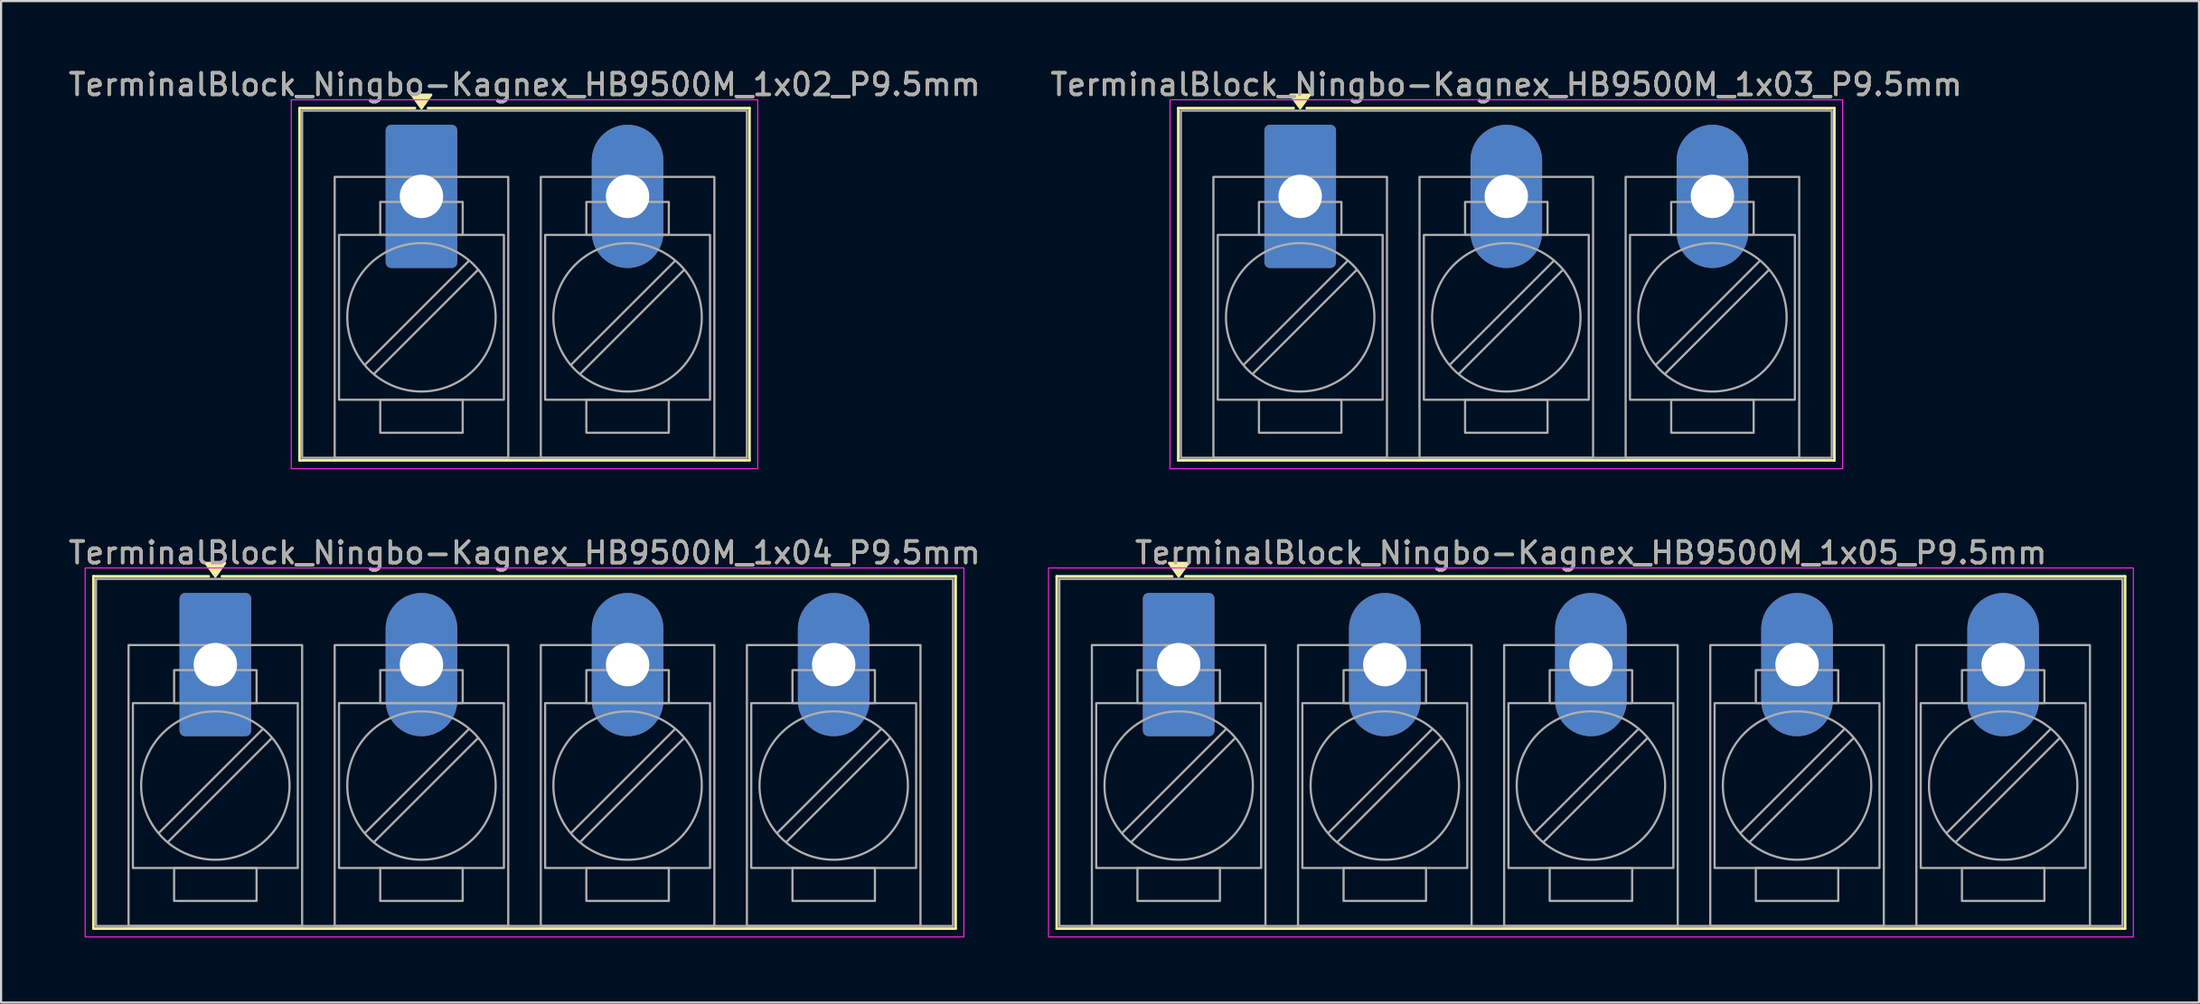
<source format=kicad_pcb>
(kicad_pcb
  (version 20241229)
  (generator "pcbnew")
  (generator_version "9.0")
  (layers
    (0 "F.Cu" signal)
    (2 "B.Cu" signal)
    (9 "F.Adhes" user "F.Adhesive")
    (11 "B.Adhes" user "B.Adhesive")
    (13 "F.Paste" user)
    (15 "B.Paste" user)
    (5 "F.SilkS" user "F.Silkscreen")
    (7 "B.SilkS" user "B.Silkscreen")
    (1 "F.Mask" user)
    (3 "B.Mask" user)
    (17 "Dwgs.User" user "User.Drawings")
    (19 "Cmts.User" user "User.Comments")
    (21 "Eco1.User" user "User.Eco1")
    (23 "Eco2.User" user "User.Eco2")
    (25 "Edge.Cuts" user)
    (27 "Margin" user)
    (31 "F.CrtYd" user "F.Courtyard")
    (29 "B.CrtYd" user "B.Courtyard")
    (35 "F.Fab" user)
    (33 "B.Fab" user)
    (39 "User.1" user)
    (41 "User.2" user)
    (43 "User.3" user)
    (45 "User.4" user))
  (footprint "TerminalBlock_Ningbo-Kagnex_HB9500M_1x02_P9.5mm"
    (layer "F.Cu")
    (at 16.375 6.003)
    (property "Reference" "TerminalBlock_Ningbo-Kagnex_HB9500M_1x02_P9.5mm" (at 4.75 -5.155 0) (layer "F.SilkS") (effects (font (size 1 1) (thickness 0.15))))
    (attr through_hole)
    (fp_line (start -5.62 -4.07) (end -0.3 -4.07) (stroke (width 0.12) (type solid)) (layer "F.SilkS"))
    (fp_line (start -5.62 12.17) (end -5.62 -4.07) (stroke (width 0.12) (type solid)) (layer "F.SilkS"))
    (fp_line (start 0.3 -4.07) (end 15.12 -4.07) (stroke (width 0.12) (type solid)) (layer "F.SilkS"))
    (fp_line (start 15.12 -4.07) (end 15.12 12.17) (stroke (width 0.12) (type solid)) (layer "F.SilkS"))
    (fp_line (start 15.12 12.17) (end -5.62 12.17) (stroke (width 0.12) (type solid)) (layer "F.SilkS"))
    (fp_poly (pts (xy 0 -4.07) (xy -0.44 -4.68) (xy 0.44 -4.68)) (stroke (width 0.12) (type solid)) (fill yes) (layer "F.SilkS"))
    (fp_rect (start -6 -4.455) (end 15.5 12.555) (stroke (width 0.05) (type solid)) (fill no) (layer "F.CrtYd"))
    (fp_line (start 2.176 2.981) (end -2.594 7.751) (stroke (width 0.1) (type solid)) (layer "F.Fab"))
    (fp_line (start 2.594 3.399) (end -2.176 8.169) (stroke (width 0.1) (type solid)) (layer "F.Fab"))
    (fp_line (start 11.676 2.981) (end 6.906 7.751) (stroke (width 0.1) (type solid)) (layer "F.Fab"))
    (fp_line (start 12.094 3.399) (end 7.324 8.169) (stroke (width 0.1) (type solid)) (layer "F.Fab"))
    (fp_rect (start -5.5 -3.95) (end 15 12.05) (stroke (width 0.1) (type solid)) (fill no) (layer "F.Fab"))
    (fp_rect (start -4 -0.9) (end 4 12.05) (stroke (width 0.1) (type solid)) (fill no) (layer "F.Fab"))
    (fp_rect (start -3.8 1.775) (end 3.8 9.375) (stroke (width 0.1) (type solid)) (fill no) (layer "F.Fab"))
    (fp_rect (start -1.9 0.255) (end 1.9 1.775) (stroke (width 0.1) (type solid)) (fill no) (layer "F.Fab"))
    (fp_rect (start -1.9 9.375) (end 1.9 10.895) (stroke (width 0.1) (type solid)) (fill no) (layer "F.Fab"))
    (fp_rect (start 5.5 -0.9) (end 13.5 12.05) (stroke (width 0.1) (type solid)) (fill no) (layer "F.Fab"))
    (fp_rect (start 5.7 1.775) (end 13.3 9.375) (stroke (width 0.1) (type solid)) (fill no) (layer "F.Fab"))
    (fp_rect (start 7.6 0.255) (end 11.4 1.775) (stroke (width 0.1) (type solid)) (fill no) (layer "F.Fab"))
    (fp_rect (start 7.6 9.375) (end 11.4 10.895) (stroke (width 0.1) (type solid)) (fill no) (layer "F.Fab"))
    (fp_circle (center 0 5.575) (end 3.42 5.575) (stroke (width 0.1) (type solid)) (fill no) (layer "F.Fab"))
    (fp_circle (center 9.5 5.575) (end 12.92 5.575) (stroke (width 0.1) (type solid)) (fill no) (layer "F.Fab"))
    (fp_text user "${REFERENCE}" (at 4.75 -5.155 0) (layer "F.Fab") (effects (font (size 1 1) (thickness 0.15))))
    (pad "1" thru_hole roundrect (at 0 0) (size 3.3 6.6) (drill 2) (layers "*.Cu" "*.Mask") (roundrect_rratio 0.076))
    (pad "2" thru_hole oval (at 9.5 0) (size 3.3 6.6) (drill 2) (layers "*.Cu" "*.Mask")))
  (footprint "TerminalBlock_Ningbo-Kagnex_HB9500M_1x05_P9.5mm"
    (layer "F.Cu")
    (at 51.275 27.587)
    (property "Reference" "TerminalBlock_Ningbo-Kagnex_HB9500M_1x05_P9.5mm" (at 19 -5.155 0) (layer "F.SilkS") (effects (font (size 1 1) (thickness 0.15))))
    (attr through_hole)
    (fp_line (start -5.62 -4.07) (end -0.3 -4.07) (stroke (width 0.12) (type solid)) (layer "F.SilkS"))
    (fp_line (start -5.62 12.17) (end -5.62 -4.07) (stroke (width 0.12) (type solid)) (layer "F.SilkS"))
    (fp_line (start 0.3 -4.07) (end 43.62 -4.07) (stroke (width 0.12) (type solid)) (layer "F.SilkS"))
    (fp_line (start 43.62 -4.07) (end 43.62 12.17) (stroke (width 0.12) (type solid)) (layer "F.SilkS"))
    (fp_line (start 43.62 12.17) (end -5.62 12.17) (stroke (width 0.12) (type solid)) (layer "F.SilkS"))
    (fp_poly (pts (xy 0 -4.07) (xy -0.44 -4.68) (xy 0.44 -4.68)) (stroke (width 0.12) (type solid)) (fill yes) (layer "F.SilkS"))
    (fp_rect (start -6 -4.455) (end 44 12.555) (stroke (width 0.05) (type solid)) (fill no) (layer "F.CrtYd"))
    (fp_line (start 2.176 2.981) (end -2.594 7.751) (stroke (width 0.1) (type solid)) (layer "F.Fab"))
    (fp_line (start 2.594 3.399) (end -2.176 8.169) (stroke (width 0.1) (type solid)) (layer "F.Fab"))
    (fp_line (start 11.676 2.981) (end 6.906 7.751) (stroke (width 0.1) (type solid)) (layer "F.Fab"))
    (fp_line (start 12.094 3.399) (end 7.324 8.169) (stroke (width 0.1) (type solid)) (layer "F.Fab"))
    (fp_line (start 21.176 2.981) (end 16.406 7.751) (stroke (width 0.1) (type solid)) (layer "F.Fab"))
    (fp_line (start 21.594 3.399) (end 16.824 8.169) (stroke (width 0.1) (type solid)) (layer "F.Fab"))
    (fp_line (start 30.676 2.981) (end 25.906 7.751) (stroke (width 0.1) (type solid)) (layer "F.Fab"))
    (fp_line (start 31.094 3.399) (end 26.324 8.169) (stroke (width 0.1) (type solid)) (layer "F.Fab"))
    (fp_line (start 40.176 2.981) (end 35.406 7.751) (stroke (width 0.1) (type solid)) (layer "F.Fab"))
    (fp_line (start 40.594 3.399) (end 35.824 8.169) (stroke (width 0.1) (type solid)) (layer "F.Fab"))
    (fp_rect (start -5.5 -3.95) (end 43.5 12.05) (stroke (width 0.1) (type solid)) (fill no) (layer "F.Fab"))
    (fp_rect (start -4 -0.9) (end 4 12.05) (stroke (width 0.1) (type solid)) (fill no) (layer "F.Fab"))
    (fp_rect (start -3.8 1.775) (end 3.8 9.375) (stroke (width 0.1) (type solid)) (fill no) (layer "F.Fab"))
    (fp_rect (start -1.9 0.255) (end 1.9 1.775) (stroke (width 0.1) (type solid)) (fill no) (layer "F.Fab"))
    (fp_rect (start -1.9 9.375) (end 1.9 10.895) (stroke (width 0.1) (type solid)) (fill no) (layer "F.Fab"))
    (fp_rect (start 5.5 -0.9) (end 13.5 12.05) (stroke (width 0.1) (type solid)) (fill no) (layer "F.Fab"))
    (fp_rect (start 5.7 1.775) (end 13.3 9.375) (stroke (width 0.1) (type solid)) (fill no) (layer "F.Fab"))
    (fp_rect (start 7.6 0.255) (end 11.4 1.775) (stroke (width 0.1) (type solid)) (fill no) (layer "F.Fab"))
    (fp_rect (start 7.6 9.375) (end 11.4 10.895) (stroke (width 0.1) (type solid)) (fill no) (layer "F.Fab"))
    (fp_rect (start 15 -0.9) (end 23 12.05) (stroke (width 0.1) (type solid)) (fill no) (layer "F.Fab"))
    (fp_rect (start 15.2 1.775) (end 22.8 9.375) (stroke (width 0.1) (type solid)) (fill no) (layer "F.Fab"))
    (fp_rect (start 17.1 0.255) (end 20.9 1.775) (stroke (width 0.1) (type solid)) (fill no) (layer "F.Fab"))
    (fp_rect (start 17.1 9.375) (end 20.9 10.895) (stroke (width 0.1) (type solid)) (fill no) (layer "F.Fab"))
    (fp_rect (start 24.5 -0.9) (end 32.5 12.05) (stroke (width 0.1) (type solid)) (fill no) (layer "F.Fab"))
    (fp_rect (start 24.7 1.775) (end 32.3 9.375) (stroke (width 0.1) (type solid)) (fill no) (layer "F.Fab"))
    (fp_rect (start 26.6 0.255) (end 30.4 1.775) (stroke (width 0.1) (type solid)) (fill no) (layer "F.Fab"))
    (fp_rect (start 26.6 9.375) (end 30.4 10.895) (stroke (width 0.1) (type solid)) (fill no) (layer "F.Fab"))
    (fp_rect (start 34 -0.9) (end 42 12.05) (stroke (width 0.1) (type solid)) (fill no) (layer "F.Fab"))
    (fp_rect (start 34.2 1.775) (end 41.8 9.375) (stroke (width 0.1) (type solid)) (fill no) (layer "F.Fab"))
    (fp_rect (start 36.1 0.255) (end 39.9 1.775) (stroke (width 0.1) (type solid)) (fill no) (layer "F.Fab"))
    (fp_rect (start 36.1 9.375) (end 39.9 10.895) (stroke (width 0.1) (type solid)) (fill no) (layer "F.Fab"))
    (fp_circle (center 0 5.575) (end 3.42 5.575) (stroke (width 0.1) (type solid)) (fill no) (layer "F.Fab"))
    (fp_circle (center 9.5 5.575) (end 12.92 5.575) (stroke (width 0.1) (type solid)) (fill no) (layer "F.Fab"))
    (fp_circle (center 19 5.575) (end 22.42 5.575) (stroke (width 0.1) (type solid)) (fill no) (layer "F.Fab"))
    (fp_circle (center 28.5 5.575) (end 31.92 5.575) (stroke (width 0.1) (type solid)) (fill no) (layer "F.Fab"))
    (fp_circle (center 38 5.575) (end 41.42 5.575) (stroke (width 0.1) (type solid)) (fill no) (layer "F.Fab"))
    (fp_text user "${REFERENCE}" (at 19 -5.155 0) (layer "F.Fab") (effects (font (size 1 1) (thickness 0.15))))
    (pad "1" thru_hole roundrect (at 0 0) (size 3.3 6.6) (drill 2) (layers "*.Cu" "*.Mask") (roundrect_rratio 0.076))
    (pad "2" thru_hole oval (at 9.5 0) (size 3.3 6.6) (drill 2) (layers "*.Cu" "*.Mask"))
    (pad "3" thru_hole oval (at 19 0) (size 3.3 6.6) (drill 2) (layers "*.Cu" "*.Mask"))
    (pad "4" thru_hole oval (at 28.5 0) (size 3.3 6.6) (drill 2) (layers "*.Cu" "*.Mask"))
    (pad "5" thru_hole oval (at 38 0) (size 3.3 6.6) (drill 2) (layers "*.Cu" "*.Mask")))
  (footprint "TerminalBlock_Ningbo-Kagnex_HB9500M_1x03_P9.5mm"
    (layer "F.Cu")
    (at 56.875 6.003)
    (property "Reference" "TerminalBlock_Ningbo-Kagnex_HB9500M_1x03_P9.5mm" (at 9.5 -5.155 0) (layer "F.SilkS") (effects (font (size 1 1) (thickness 0.15))))
    (attr through_hole)
    (fp_line (start -5.62 -4.07) (end -0.3 -4.07) (stroke (width 0.12) (type solid)) (layer "F.SilkS"))
    (fp_line (start -5.62 12.17) (end -5.62 -4.07) (stroke (width 0.12) (type solid)) (layer "F.SilkS"))
    (fp_line (start 0.3 -4.07) (end 24.62 -4.07) (stroke (width 0.12) (type solid)) (layer "F.SilkS"))
    (fp_line (start 24.62 -4.07) (end 24.62 12.17) (stroke (width 0.12) (type solid)) (layer "F.SilkS"))
    (fp_line (start 24.62 12.17) (end -5.62 12.17) (stroke (width 0.12) (type solid)) (layer "F.SilkS"))
    (fp_poly (pts (xy 0 -4.07) (xy -0.44 -4.68) (xy 0.44 -4.68)) (stroke (width 0.12) (type solid)) (fill yes) (layer "F.SilkS"))
    (fp_rect (start -6 -4.455) (end 25 12.555) (stroke (width 0.05) (type solid)) (fill no) (layer "F.CrtYd"))
    (fp_line (start 2.176 2.981) (end -2.594 7.751) (stroke (width 0.1) (type solid)) (layer "F.Fab"))
    (fp_line (start 2.594 3.399) (end -2.176 8.169) (stroke (width 0.1) (type solid)) (layer "F.Fab"))
    (fp_line (start 11.676 2.981) (end 6.906 7.751) (stroke (width 0.1) (type solid)) (layer "F.Fab"))
    (fp_line (start 12.094 3.399) (end 7.324 8.169) (stroke (width 0.1) (type solid)) (layer "F.Fab"))
    (fp_line (start 21.176 2.981) (end 16.406 7.751) (stroke (width 0.1) (type solid)) (layer "F.Fab"))
    (fp_line (start 21.594 3.399) (end 16.824 8.169) (stroke (width 0.1) (type solid)) (layer "F.Fab"))
    (fp_rect (start -5.5 -3.95) (end 24.5 12.05) (stroke (width 0.1) (type solid)) (fill no) (layer "F.Fab"))
    (fp_rect (start -4 -0.9) (end 4 12.05) (stroke (width 0.1) (type solid)) (fill no) (layer "F.Fab"))
    (fp_rect (start -3.8 1.775) (end 3.8 9.375) (stroke (width 0.1) (type solid)) (fill no) (layer "F.Fab"))
    (fp_rect (start -1.9 0.255) (end 1.9 1.775) (stroke (width 0.1) (type solid)) (fill no) (layer "F.Fab"))
    (fp_rect (start -1.9 9.375) (end 1.9 10.895) (stroke (width 0.1) (type solid)) (fill no) (layer "F.Fab"))
    (fp_rect (start 5.5 -0.9) (end 13.5 12.05) (stroke (width 0.1) (type solid)) (fill no) (layer "F.Fab"))
    (fp_rect (start 5.7 1.775) (end 13.3 9.375) (stroke (width 0.1) (type solid)) (fill no) (layer "F.Fab"))
    (fp_rect (start 7.6 0.255) (end 11.4 1.775) (stroke (width 0.1) (type solid)) (fill no) (layer "F.Fab"))
    (fp_rect (start 7.6 9.375) (end 11.4 10.895) (stroke (width 0.1) (type solid)) (fill no) (layer "F.Fab"))
    (fp_rect (start 15 -0.9) (end 23 12.05) (stroke (width 0.1) (type solid)) (fill no) (layer "F.Fab"))
    (fp_rect (start 15.2 1.775) (end 22.8 9.375) (stroke (width 0.1) (type solid)) (fill no) (layer "F.Fab"))
    (fp_rect (start 17.1 0.255) (end 20.9 1.775) (stroke (width 0.1) (type solid)) (fill no) (layer "F.Fab"))
    (fp_rect (start 17.1 9.375) (end 20.9 10.895) (stroke (width 0.1) (type solid)) (fill no) (layer "F.Fab"))
    (fp_circle (center 0 5.575) (end 3.42 5.575) (stroke (width 0.1) (type solid)) (fill no) (layer "F.Fab"))
    (fp_circle (center 9.5 5.575) (end 12.92 5.575) (stroke (width 0.1) (type solid)) (fill no) (layer "F.Fab"))
    (fp_circle (center 19 5.575) (end 22.42 5.575) (stroke (width 0.1) (type solid)) (fill no) (layer "F.Fab"))
    (fp_text user "${REFERENCE}" (at 9.5 -5.155 0) (layer "F.Fab") (effects (font (size 1 1) (thickness 0.15))))
    (pad "1" thru_hole roundrect (at 0 0) (size 3.3 6.6) (drill 2) (layers "*.Cu" "*.Mask") (roundrect_rratio 0.076))
    (pad "2" thru_hole oval (at 9.5 0) (size 3.3 6.6) (drill 2) (layers "*.Cu" "*.Mask"))
    (pad "3" thru_hole oval (at 19 0) (size 3.3 6.6) (drill 2) (layers "*.Cu" "*.Mask")))
  (footprint "TerminalBlock_Ningbo-Kagnex_HB9500M_1x04_P9.5mm"
    (layer "F.Cu")
    (at 6.875 27.587)
    (property "Reference" "TerminalBlock_Ningbo-Kagnex_HB9500M_1x04_P9.5mm" (at 14.25 -5.155 0) (layer "F.SilkS") (effects (font (size 1 1) (thickness 0.15))))
    (attr through_hole)
    (fp_line (start -5.62 -4.07) (end -0.3 -4.07) (stroke (width 0.12) (type solid)) (layer "F.SilkS"))
    (fp_line (start -5.62 12.17) (end -5.62 -4.07) (stroke (width 0.12) (type solid)) (layer "F.SilkS"))
    (fp_line (start 0.3 -4.07) (end 34.12 -4.07) (stroke (width 0.12) (type solid)) (layer "F.SilkS"))
    (fp_line (start 34.12 -4.07) (end 34.12 12.17) (stroke (width 0.12) (type solid)) (layer "F.SilkS"))
    (fp_line (start 34.12 12.17) (end -5.62 12.17) (stroke (width 0.12) (type solid)) (layer "F.SilkS"))
    (fp_poly (pts (xy 0 -4.07) (xy -0.44 -4.68) (xy 0.44 -4.68)) (stroke (width 0.12) (type solid)) (fill yes) (layer "F.SilkS"))
    (fp_rect (start -6 -4.455) (end 34.5 12.555) (stroke (width 0.05) (type solid)) (fill no) (layer "F.CrtYd"))
    (fp_line (start 2.176 2.981) (end -2.594 7.751) (stroke (width 0.1) (type solid)) (layer "F.Fab"))
    (fp_line (start 2.594 3.399) (end -2.176 8.169) (stroke (width 0.1) (type solid)) (layer "F.Fab"))
    (fp_line (start 11.676 2.981) (end 6.906 7.751) (stroke (width 0.1) (type solid)) (layer "F.Fab"))
    (fp_line (start 12.094 3.399) (end 7.324 8.169) (stroke (width 0.1) (type solid)) (layer "F.Fab"))
    (fp_line (start 21.176 2.981) (end 16.406 7.751) (stroke (width 0.1) (type solid)) (layer "F.Fab"))
    (fp_line (start 21.594 3.399) (end 16.824 8.169) (stroke (width 0.1) (type solid)) (layer "F.Fab"))
    (fp_line (start 30.676 2.981) (end 25.906 7.751) (stroke (width 0.1) (type solid)) (layer "F.Fab"))
    (fp_line (start 31.094 3.399) (end 26.324 8.169) (stroke (width 0.1) (type solid)) (layer "F.Fab"))
    (fp_rect (start -5.5 -3.95) (end 34 12.05) (stroke (width 0.1) (type solid)) (fill no) (layer "F.Fab"))
    (fp_rect (start -4 -0.9) (end 4 12.05) (stroke (width 0.1) (type solid)) (fill no) (layer "F.Fab"))
    (fp_rect (start -3.8 1.775) (end 3.8 9.375) (stroke (width 0.1) (type solid)) (fill no) (layer "F.Fab"))
    (fp_rect (start -1.9 0.255) (end 1.9 1.775) (stroke (width 0.1) (type solid)) (fill no) (layer "F.Fab"))
    (fp_rect (start -1.9 9.375) (end 1.9 10.895) (stroke (width 0.1) (type solid)) (fill no) (layer "F.Fab"))
    (fp_rect (start 5.5 -0.9) (end 13.5 12.05) (stroke (width 0.1) (type solid)) (fill no) (layer "F.Fab"))
    (fp_rect (start 5.7 1.775) (end 13.3 9.375) (stroke (width 0.1) (type solid)) (fill no) (layer "F.Fab"))
    (fp_rect (start 7.6 0.255) (end 11.4 1.775) (stroke (width 0.1) (type solid)) (fill no) (layer "F.Fab"))
    (fp_rect (start 7.6 9.375) (end 11.4 10.895) (stroke (width 0.1) (type solid)) (fill no) (layer "F.Fab"))
    (fp_rect (start 15 -0.9) (end 23 12.05) (stroke (width 0.1) (type solid)) (fill no) (layer "F.Fab"))
    (fp_rect (start 15.2 1.775) (end 22.8 9.375) (stroke (width 0.1) (type solid)) (fill no) (layer "F.Fab"))
    (fp_rect (start 17.1 0.255) (end 20.9 1.775) (stroke (width 0.1) (type solid)) (fill no) (layer "F.Fab"))
    (fp_rect (start 17.1 9.375) (end 20.9 10.895) (stroke (width 0.1) (type solid)) (fill no) (layer "F.Fab"))
    (fp_rect (start 24.5 -0.9) (end 32.5 12.05) (stroke (width 0.1) (type solid)) (fill no) (layer "F.Fab"))
    (fp_rect (start 24.7 1.775) (end 32.3 9.375) (stroke (width 0.1) (type solid)) (fill no) (layer "F.Fab"))
    (fp_rect (start 26.6 0.255) (end 30.4 1.775) (stroke (width 0.1) (type solid)) (fill no) (layer "F.Fab"))
    (fp_rect (start 26.6 9.375) (end 30.4 10.895) (stroke (width 0.1) (type solid)) (fill no) (layer "F.Fab"))
    (fp_circle (center 0 5.575) (end 3.42 5.575) (stroke (width 0.1) (type solid)) (fill no) (layer "F.Fab"))
    (fp_circle (center 9.5 5.575) (end 12.92 5.575) (stroke (width 0.1) (type solid)) (fill no) (layer "F.Fab"))
    (fp_circle (center 19 5.575) (end 22.42 5.575) (stroke (width 0.1) (type solid)) (fill no) (layer "F.Fab"))
    (fp_circle (center 28.5 5.575) (end 31.92 5.575) (stroke (width 0.1) (type solid)) (fill no) (layer "F.Fab"))
    (fp_text user "${REFERENCE}" (at 14.25 -5.155 0) (layer "F.Fab") (effects (font (size 1 1) (thickness 0.15))))
    (pad "1" thru_hole roundrect (at 0 0) (size 3.3 6.6) (drill 2) (layers "*.Cu" "*.Mask") (roundrect_rratio 0.076))
    (pad "2" thru_hole oval (at 9.5 0) (size 3.3 6.6) (drill 2) (layers "*.Cu" "*.Mask"))
    (pad "3" thru_hole oval (at 19 0) (size 3.3 6.6) (drill 2) (layers "*.Cu" "*.Mask"))
    (pad "4" thru_hole oval (at 28.5 0) (size 3.3 6.6) (drill 2) (layers "*.Cu" "*.Mask")))
  (gr_rect
    (start -3 -3)
    (end 98.3 43.166)
    (stroke (width 0.1) (type default))
    (fill no)
    (layer "Edge.Cuts")))
</source>
